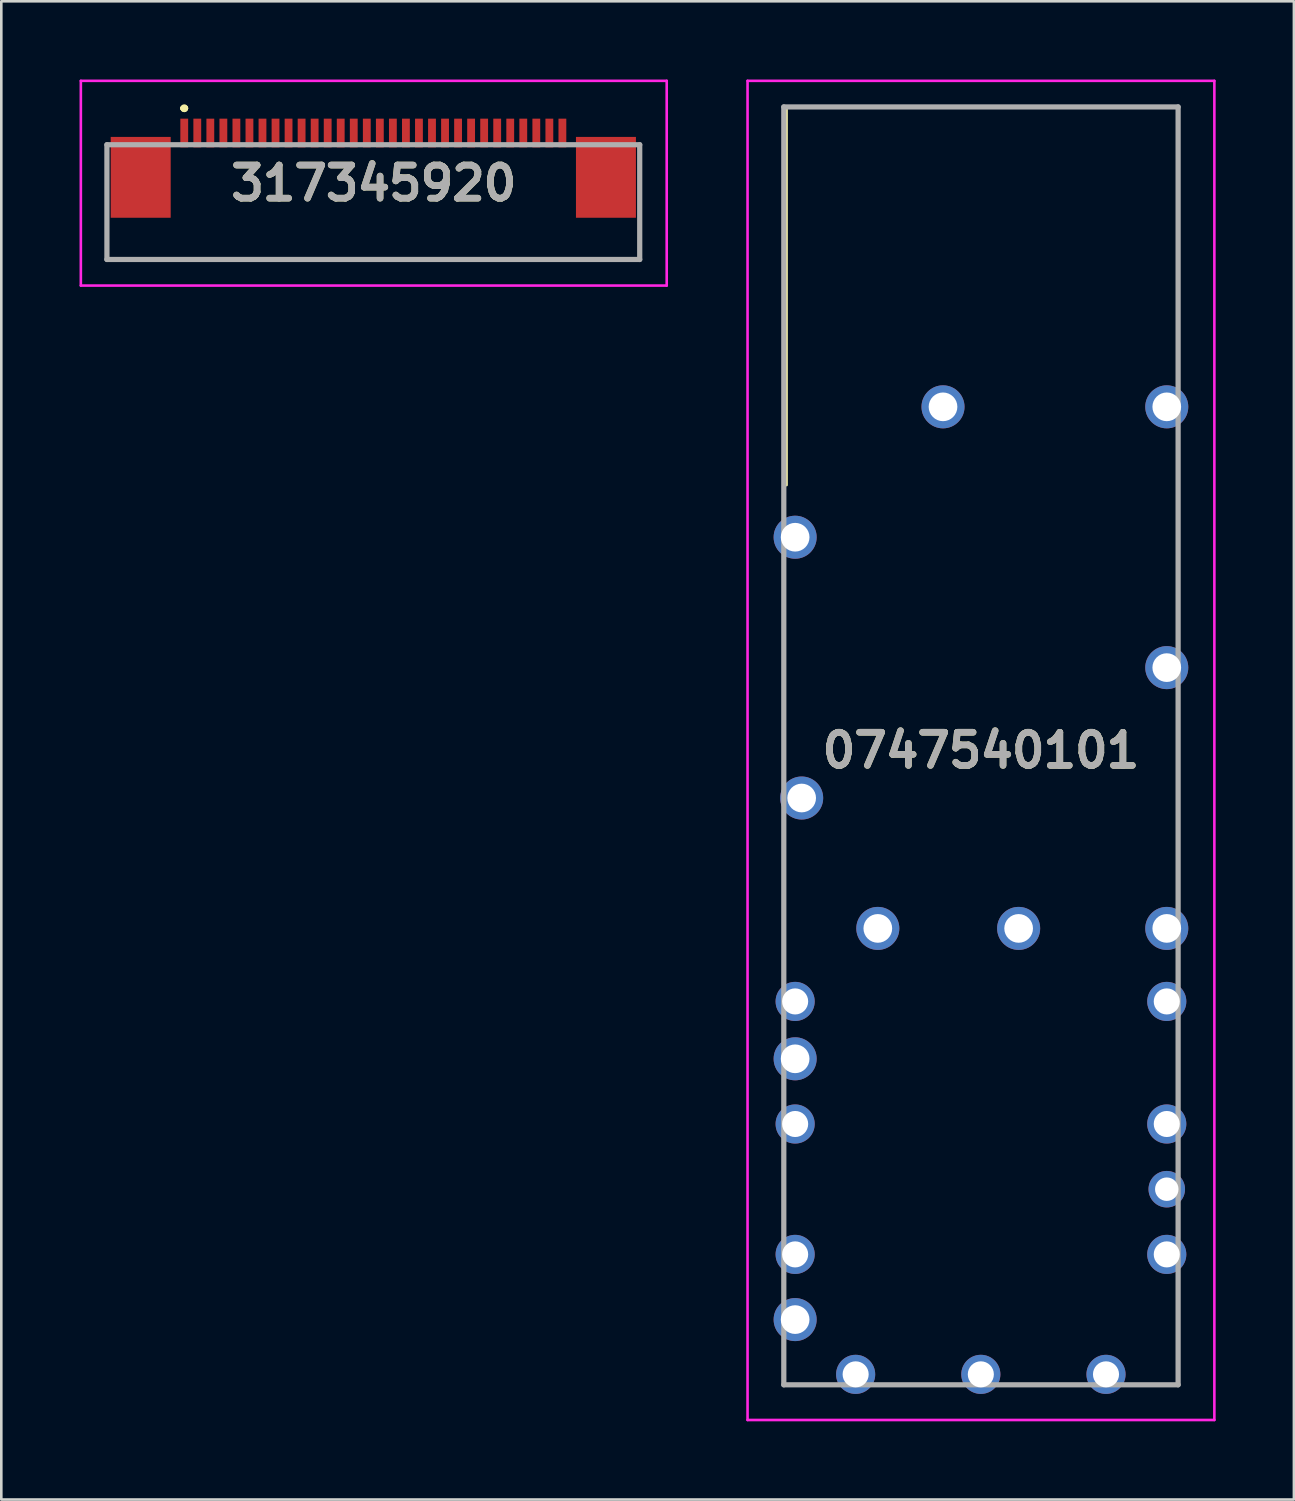
<source format=kicad_pcb>
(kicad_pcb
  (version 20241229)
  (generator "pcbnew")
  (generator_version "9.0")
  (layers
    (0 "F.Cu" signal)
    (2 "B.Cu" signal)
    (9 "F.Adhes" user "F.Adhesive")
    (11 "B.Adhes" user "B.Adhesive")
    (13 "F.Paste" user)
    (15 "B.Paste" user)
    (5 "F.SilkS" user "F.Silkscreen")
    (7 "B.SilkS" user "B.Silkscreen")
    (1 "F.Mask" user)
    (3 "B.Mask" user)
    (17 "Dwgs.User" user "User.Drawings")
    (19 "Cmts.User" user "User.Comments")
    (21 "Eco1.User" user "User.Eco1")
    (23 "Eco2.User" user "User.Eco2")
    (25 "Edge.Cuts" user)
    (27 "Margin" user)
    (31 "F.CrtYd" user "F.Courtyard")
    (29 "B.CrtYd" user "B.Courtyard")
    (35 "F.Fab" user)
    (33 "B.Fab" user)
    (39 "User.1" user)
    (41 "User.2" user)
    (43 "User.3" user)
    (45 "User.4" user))
  (footprint "317345920"
    (layer "F.Cu")
    (at 11.265 4.7)
    (property "Reference" "317345920" (at 0.017 -0.725 0) (layer "F.SilkS") (effects (font (size 1.27 1.27) (thickness 0.254))))
    (attr smd)
    (fp_line (start -10.215 1) (end -10.215 1) (stroke (width 0.1) (type solid)) (layer "F.SilkS"))
    (fp_line (start -10.215 1) (end -10.215 2.2) (stroke (width 0.1) (type solid)) (layer "F.SilkS"))
    (fp_line (start -10.215 2.2) (end -10.215 1) (stroke (width 0.1) (type solid)) (layer "F.SilkS"))
    (fp_line (start -10.215 2.2) (end -10.215 2.2) (stroke (width 0.1) (type solid)) (layer "F.SilkS"))
    (fp_line (start -10.215 2.2) (end -10.215 2.2) (stroke (width 0.1) (type solid)) (layer "F.SilkS"))
    (fp_line (start -10.215 2.2) (end 10.25 2.2) (stroke (width 0.1) (type solid)) (layer "F.SilkS"))
    (fp_line (start -7.3 -3.6) (end -7.3 -3.6) (stroke (width 0.2) (type solid)) (layer "F.SilkS"))
    (fp_line (start -7.3 -3.6) (end -7.3 -3.6) (stroke (width 0.2) (type solid)) (layer "F.SilkS"))
    (fp_line (start -7.2 -3.6) (end -7.2 -3.6) (stroke (width 0.2) (type solid)) (layer "F.SilkS"))
    (fp_line (start 10.215 1) (end 10.215 1) (stroke (width 0.1) (type solid)) (layer "F.SilkS"))
    (fp_line (start 10.215 1) (end 10.215 2.2) (stroke (width 0.1) (type solid)) (layer "F.SilkS"))
    (fp_line (start 10.215 2.2) (end 10.215 1) (stroke (width 0.1) (type solid)) (layer "F.SilkS"))
    (fp_line (start 10.215 2.2) (end 10.215 2.2) (stroke (width 0.1) (type solid)) (layer "F.SilkS"))
    (fp_line (start 10.25 2.2) (end -10.215 2.2) (stroke (width 0.1) (type solid)) (layer "F.SilkS"))
    (fp_line (start 10.25 2.2) (end 10.25 2.2) (stroke (width 0.1) (type solid)) (layer "F.SilkS"))
    (fp_arc (start -7.3 -3.6) (mid -7.25 -3.65) (end -7.2 -3.6) (stroke (width 0.2) (type solid)) (layer "F.SilkS"))
    (fp_arc (start -7.2 -3.6) (mid -7.25 -3.55) (end -7.3 -3.6) (stroke (width 0.2) (type solid)) (layer "F.SilkS"))
    (fp_arc (start -7.2 -3.6) (mid -7.25 -3.55) (end -7.3 -3.6) (stroke (width 0.2) (type solid)) (layer "F.SilkS"))
    (fp_line (start -11.215 -4.65) (end 11.25 -4.65) (stroke (width 0.1) (type solid)) (layer "F.CrtYd"))
    (fp_line (start -11.215 3.2) (end -11.215 -4.65) (stroke (width 0.1) (type solid)) (layer "F.CrtYd"))
    (fp_line (start 11.25 -4.65) (end 11.25 3.2) (stroke (width 0.1) (type solid)) (layer "F.CrtYd"))
    (fp_line (start 11.25 3.2) (end -11.215 3.2) (stroke (width 0.1) (type solid)) (layer "F.CrtYd"))
    (fp_line (start -10.215 -2.2) (end -10.215 2.2) (stroke (width 0.2) (type solid)) (layer "F.Fab"))
    (fp_line (start -10.215 2.2) (end 10.215 2.2) (stroke (width 0.2) (type solid)) (layer "F.Fab"))
    (fp_line (start 10.215 -2.2) (end -10.215 -2.2) (stroke (width 0.2) (type solid)) (layer "F.Fab"))
    (fp_line (start 10.215 2.2) (end 10.215 -2.2) (stroke (width 0.2) (type solid)) (layer "F.Fab"))
    (fp_text user "${REFERENCE}" (at 0.017 -0.725 0) (layer "F.Fab") (effects (font (size 1.27 1.27) (thickness 0.254))))
    (pad "1" smd rect (at -7.25 -2.65) (size 0.3 1.1) (layers "F.Cu" "F.Mask" "F.Paste"))
    (pad "2" smd rect (at -6.75 -2.65) (size 0.3 1.1) (layers "F.Cu" "F.Mask" "F.Paste"))
    (pad "3" smd rect (at -6.25 -2.65) (size 0.3 1.1) (layers "F.Cu" "F.Mask" "F.Paste"))
    (pad "4" smd rect (at -5.75 -2.65) (size 0.3 1.1) (layers "F.Cu" "F.Mask" "F.Paste"))
    (pad "5" smd rect (at -5.25 -2.65) (size 0.3 1.1) (layers "F.Cu" "F.Mask" "F.Paste"))
    (pad "6" smd rect (at -4.75 -2.65) (size 0.3 1.1) (layers "F.Cu" "F.Mask" "F.Paste"))
    (pad "7" smd rect (at -4.25 -2.65) (size 0.3 1.1) (layers "F.Cu" "F.Mask" "F.Paste"))
    (pad "8" smd rect (at -3.75 -2.65) (size 0.3 1.1) (layers "F.Cu" "F.Mask" "F.Paste"))
    (pad "9" smd rect (at -3.25 -2.65) (size 0.3 1.1) (layers "F.Cu" "F.Mask" "F.Paste"))
    (pad "10" smd rect (at -2.75 -2.65) (size 0.3 1.1) (layers "F.Cu" "F.Mask" "F.Paste"))
    (pad "11" smd rect (at -2.25 -2.65) (size 0.3 1.1) (layers "F.Cu" "F.Mask" "F.Paste"))
    (pad "12" smd rect (at -1.75 -2.65) (size 0.3 1.1) (layers "F.Cu" "F.Mask" "F.Paste"))
    (pad "13" smd rect (at -1.25 -2.65) (size 0.3 1.1) (layers "F.Cu" "F.Mask" "F.Paste"))
    (pad "14" smd rect (at -0.75 -2.65) (size 0.3 1.1) (layers "F.Cu" "F.Mask" "F.Paste"))
    (pad "15" smd rect (at -0.25 -2.65) (size 0.3 1.1) (layers "F.Cu" "F.Mask" "F.Paste"))
    (pad "16" smd rect (at 0.25 -2.65) (size 0.3 1.1) (layers "F.Cu" "F.Mask" "F.Paste"))
    (pad "17" smd rect (at 0.75 -2.65) (size 0.3 1.1) (layers "F.Cu" "F.Mask" "F.Paste"))
    (pad "18" smd rect (at 1.25 -2.65) (size 0.3 1.1) (layers "F.Cu" "F.Mask" "F.Paste"))
    (pad "19" smd rect (at 1.75 -2.65) (size 0.3 1.1) (layers "F.Cu" "F.Mask" "F.Paste"))
    (pad "20" smd rect (at 2.25 -2.65) (size 0.3 1.1) (layers "F.Cu" "F.Mask" "F.Paste"))
    (pad "21" smd rect (at 2.75 -2.65) (size 0.3 1.1) (layers "F.Cu" "F.Mask" "F.Paste"))
    (pad "22" smd rect (at 3.25 -2.65) (size 0.3 1.1) (layers "F.Cu" "F.Mask" "F.Paste"))
    (pad "23" smd rect (at 3.75 -2.65) (size 0.3 1.1) (layers "F.Cu" "F.Mask" "F.Paste"))
    (pad "24" smd rect (at 4.25 -2.65) (size 0.3 1.1) (layers "F.Cu" "F.Mask" "F.Paste"))
    (pad "25" smd rect (at 4.75 -2.65) (size 0.3 1.1) (layers "F.Cu" "F.Mask" "F.Paste"))
    (pad "26" smd rect (at 5.25 -2.65) (size 0.3 1.1) (layers "F.Cu" "F.Mask" "F.Paste"))
    (pad "27" smd rect (at 5.75 -2.65) (size 0.3 1.1) (layers "F.Cu" "F.Mask" "F.Paste"))
    (pad "28" smd rect (at 6.25 -2.65) (size 0.3 1.1) (layers "F.Cu" "F.Mask" "F.Paste"))
    (pad "29" smd rect (at 6.75 -2.65) (size 0.3 1.1) (layers "F.Cu" "F.Mask" "F.Paste"))
    (pad "30" smd rect (at 7.25 -2.65) (size 0.3 1.1) (layers "F.Cu" "F.Mask" "F.Paste"))
    (pad "MP1" smd rect (at -8.92 -0.95) (size 2.3 3.1) (layers "F.Cu" "F.Mask" "F.Paste"))
    (pad "MP2" smd rect (at 8.92 -0.95) (size 2.3 3.1) (layers "F.Cu" "F.Mask" "F.Paste")))
  (footprint "0747540101"
    (layer "F.Cu")
    (at 27.44 47.55)
    (property "Reference" "0747540101" (at 7.125 -21.825 0) (layer "F.SilkS") (effects (font (size 1.27 1.27) (thickness 0.254))))
    (attr through_hole)
    (fp_line (start -0.33 -46.5) (end 14.685 -46.5) (stroke (width 0.1) (type solid)) (layer "F.SilkS"))
    (fp_line (start -0.33 -32) (end -0.33 -46.5) (stroke (width 0.1) (type solid)) (layer "F.SilkS"))
    (fp_line (start 14.685 -46.5) (end 14.685 -38) (stroke (width 0.1) (type solid)) (layer "F.SilkS"))
    (fp_line (start -1.825 -47.5) (end 16.075 -47.5) (stroke (width 0.1) (type solid)) (layer "F.CrtYd"))
    (fp_line (start -1.825 3.85) (end -1.825 -47.5) (stroke (width 0.1) (type solid)) (layer "F.CrtYd"))
    (fp_line (start 16.075 -47.5) (end 16.075 3.85) (stroke (width 0.1) (type solid)) (layer "F.CrtYd"))
    (fp_line (start 16.075 3.85) (end -1.825 3.85) (stroke (width 0.1) (type solid)) (layer "F.CrtYd"))
    (fp_line (start -0.435 -46.5) (end 14.685 -46.5) (stroke (width 0.2) (type solid)) (layer "F.Fab"))
    (fp_line (start -0.435 2.5) (end -0.435 -46.5) (stroke (width 0.2) (type solid)) (layer "F.Fab"))
    (fp_line (start 14.685 -46.5) (end 14.685 2.5) (stroke (width 0.2) (type solid)) (layer "F.Fab"))
    (fp_line (start 14.685 2.5) (end -0.435 2.5) (stroke (width 0.2) (type solid)) (layer "F.Fab"))
    (fp_text user "${REFERENCE}" (at 7.125 -21.825 0) (layer "F.Fab") (effects (font (size 1.27 1.27) (thickness 0.254))))
    (pad "1" thru_hole circle (at 0 0) (size 1.65 1.65) (drill 1.1) (layers "*.Cu" "*.Mask"))
    (pad "2" thru_hole circle (at 0 -2.5) (size 1.5 1.5) (drill 1) (layers "*.Cu" "*.Mask"))
    (pad "3" thru_hole circle (at 0 -7.5) (size 1.5 1.5) (drill 1) (layers "*.Cu" "*.Mask"))
    (pad "4" thru_hole circle (at 0 -10) (size 1.65 1.65) (drill 1.1) (layers "*.Cu" "*.Mask"))
    (pad "5" thru_hole circle (at 0 -12.2) (size 1.5 1.5) (drill 1) (layers "*.Cu" "*.Mask"))
    (pad "6" thru_hole circle (at 0.25 -20) (size 1.65 1.65) (drill 1.1) (layers "*.Cu" "*.Mask"))
    (pad "7" thru_hole circle (at 0 -30) (size 1.65 1.65) (drill 1.1) (layers "*.Cu" "*.Mask"))
    (pad "8" thru_hole circle (at 2.32 2.1) (size 1.5 1.5) (drill 1) (layers "*.Cu" "*.Mask"))
    (pad "9" thru_hole circle (at 3.17 -15) (size 1.65 1.65) (drill 1.1) (layers "*.Cu" "*.Mask"))
    (pad "10" thru_hole circle (at 7.12 2.1) (size 1.5 1.5) (drill 1) (layers "*.Cu" "*.Mask"))
    (pad "11" thru_hole circle (at 5.67 -35) (size 1.65 1.65) (drill 1.1) (layers "*.Cu" "*.Mask"))
    (pad "12" thru_hole circle (at 8.57 -15) (size 1.65 1.65) (drill 1.1) (layers "*.Cu" "*.Mask"))
    (pad "13" thru_hole circle (at 11.92 2.1) (size 1.5 1.5) (drill 1) (layers "*.Cu" "*.Mask"))
    (pad "14" thru_hole circle (at 14.25 -2.5) (size 1.5 1.5) (drill 1) (layers "*.Cu" "*.Mask"))
    (pad "15" thru_hole circle (at 14.25 -5) (size 1.4 1.4) (drill 0.9) (layers "*.Cu" "*.Mask"))
    (pad "16" thru_hole circle (at 14.25 -7.5) (size 1.5 1.5) (drill 1) (layers "*.Cu" "*.Mask"))
    (pad "17" thru_hole circle (at 14.25 -12.2) (size 1.5 1.5) (drill 1) (layers "*.Cu" "*.Mask"))
    (pad "18" thru_hole circle (at 14.25 -15) (size 1.65 1.65) (drill 1.1) (layers "*.Cu" "*.Mask"))
    (pad "19" thru_hole circle (at 14.25 -25) (size 1.65 1.65) (drill 1.1) (layers "*.Cu" "*.Mask"))
    (pad "20" thru_hole circle (at 14.25 -35) (size 1.65 1.65) (drill 1.1) (layers "*.Cu" "*.Mask")))
  (gr_rect
    (start -3 -3)
    (end 46.565 54.45)
    (stroke (width 0.1) (type default))
    (fill no)
    (layer "Edge.Cuts")))
</source>
